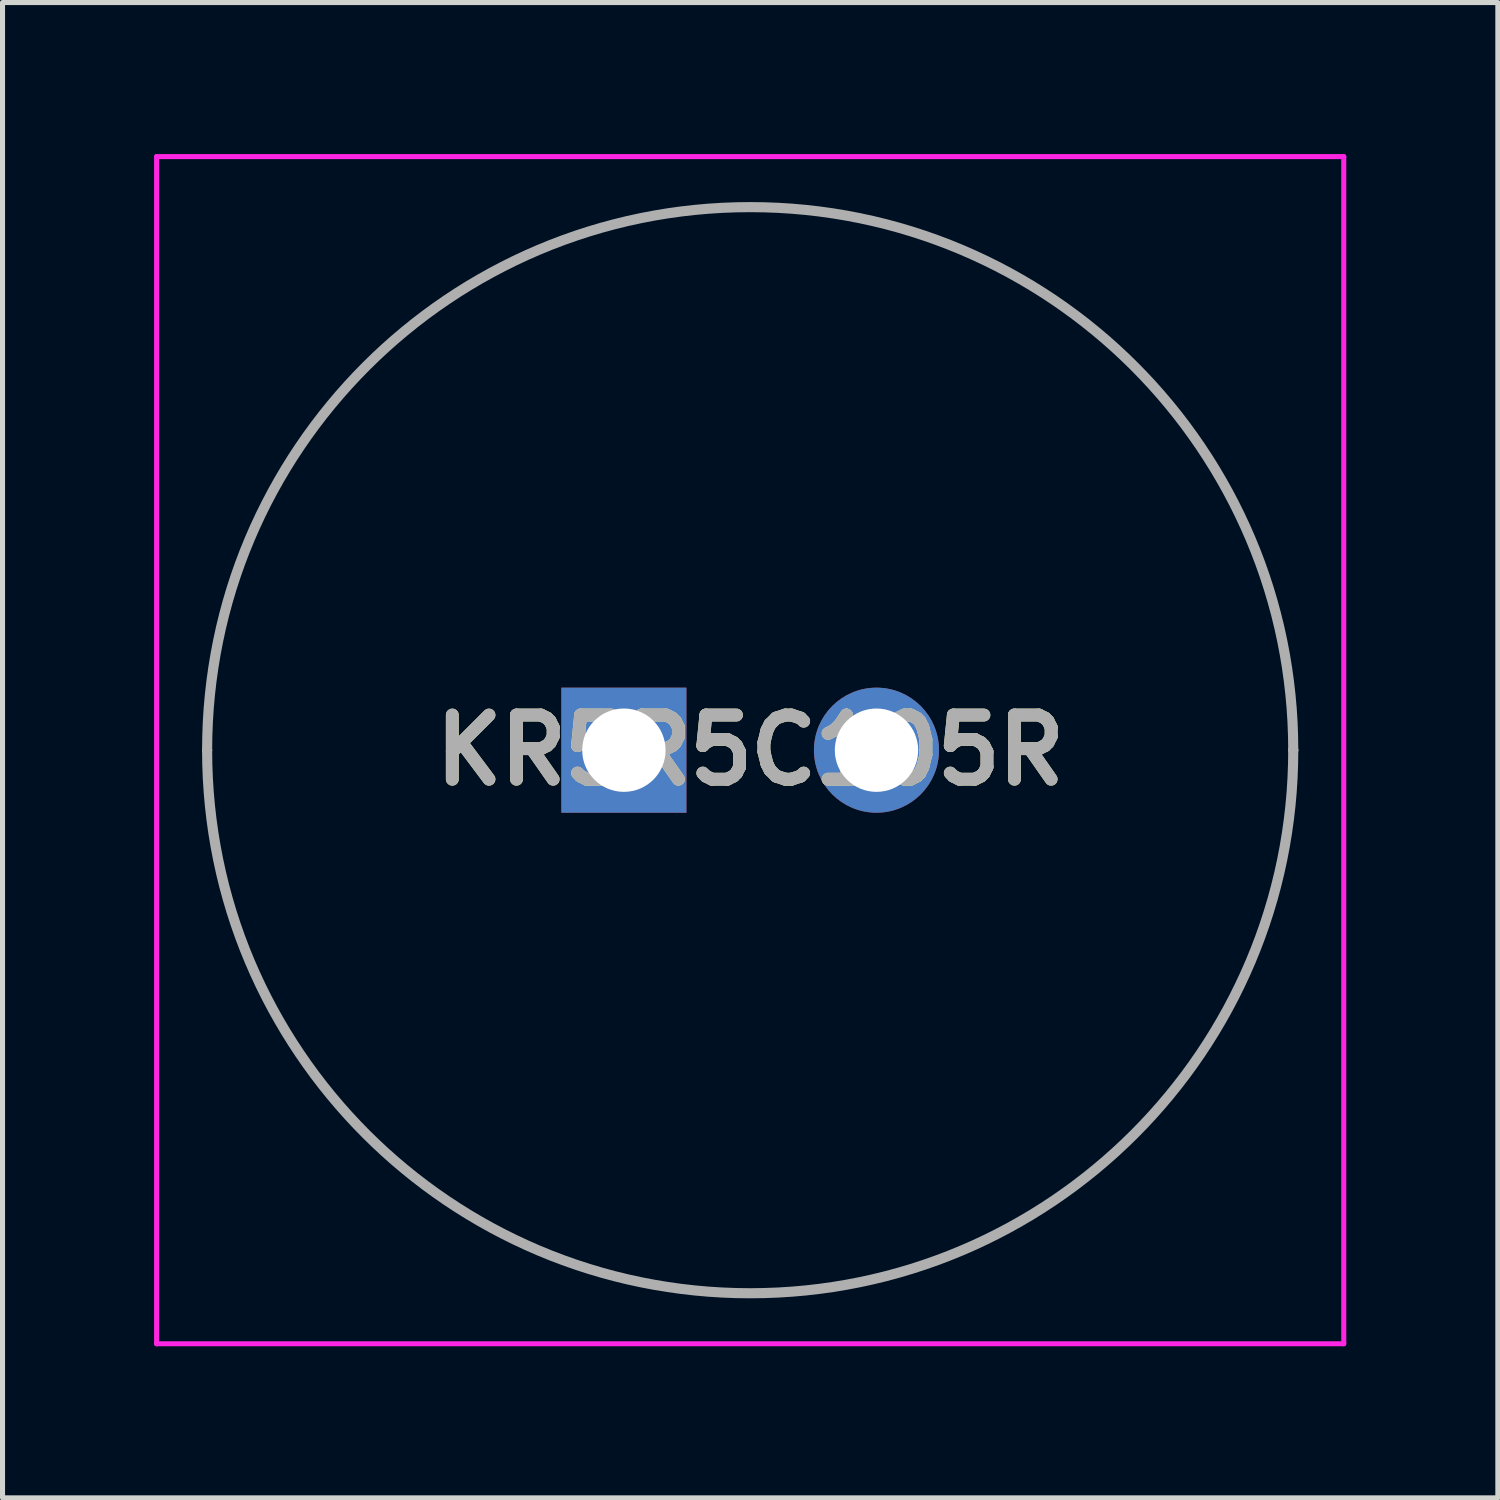
<source format=kicad_pcb>
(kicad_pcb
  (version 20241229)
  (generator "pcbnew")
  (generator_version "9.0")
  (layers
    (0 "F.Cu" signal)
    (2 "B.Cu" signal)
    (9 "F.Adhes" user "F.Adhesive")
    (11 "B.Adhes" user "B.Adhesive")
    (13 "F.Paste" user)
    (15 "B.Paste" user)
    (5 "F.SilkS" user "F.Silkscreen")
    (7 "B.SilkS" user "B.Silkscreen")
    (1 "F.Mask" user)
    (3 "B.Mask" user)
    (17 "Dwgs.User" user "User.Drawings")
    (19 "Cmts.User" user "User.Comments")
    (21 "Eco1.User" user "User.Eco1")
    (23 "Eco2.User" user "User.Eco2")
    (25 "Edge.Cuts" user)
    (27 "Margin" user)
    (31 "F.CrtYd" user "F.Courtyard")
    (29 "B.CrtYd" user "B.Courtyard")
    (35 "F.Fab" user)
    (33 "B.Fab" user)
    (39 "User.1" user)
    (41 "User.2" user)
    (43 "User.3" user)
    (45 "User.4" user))
  (footprint "KR5R5C105R"
    (layer "F.Cu")
    (at 9.3 11.8)
    (property "Reference" "KR5R5C105R" (at 2.5 0 0) (layer "F.SilkS") (effects (font (size 1.27 1.27) (thickness 0.254))))
    (attr through_hole)
    (fp_line (start -8.25 0) (end -8.25 0) (stroke (width 0.1) (type solid)) (layer "F.SilkS"))
    (fp_line (start 13.25 0) (end 13.25 0) (stroke (width 0.1) (type solid)) (layer "F.SilkS"))
    (fp_arc (start -8.25 0) (mid 2.5 -10.75) (end 13.25 0) (stroke (width 0.1) (type solid)) (layer "F.SilkS"))
    (fp_arc (start 13.25 0) (mid 2.5 10.75) (end -8.25 0) (stroke (width 0.1) (type solid)) (layer "F.SilkS"))
    (fp_line (start -9.25 -11.75) (end 14.25 -11.75) (stroke (width 0.1) (type solid)) (layer "F.CrtYd"))
    (fp_line (start -9.25 11.75) (end -9.25 -11.75) (stroke (width 0.1) (type solid)) (layer "F.CrtYd"))
    (fp_line (start 14.25 -11.75) (end 14.25 11.75) (stroke (width 0.1) (type solid)) (layer "F.CrtYd"))
    (fp_line (start 14.25 11.75) (end -9.25 11.75) (stroke (width 0.1) (type solid)) (layer "F.CrtYd"))
    (fp_line (start -8.25 0) (end -8.25 0) (stroke (width 0.2) (type solid)) (layer "F.Fab"))
    (fp_line (start 13.25 0) (end 13.25 0) (stroke (width 0.2) (type solid)) (layer "F.Fab"))
    (fp_arc (start -8.25 0) (mid 2.5 -10.75) (end 13.25 0) (stroke (width 0.2) (type solid)) (layer "F.Fab"))
    (fp_arc (start 13.25 0) (mid 2.5 10.75) (end -8.25 0) (stroke (width 0.2) (type solid)) (layer "F.Fab"))
    (fp_text user "${REFERENCE}" (at 2.5 0 0) (layer "F.Fab") (effects (font (size 1.27 1.27) (thickness 0.254))))
    (pad "1" thru_hole rect (at 0 0) (size 2.475 2.475) (drill 1.65) (layers "*.Cu" "*.Mask"))
    (pad "2" thru_hole circle (at 5 0) (size 2.475 2.475) (drill 1.65) (layers "*.Cu" "*.Mask")))
  (gr_rect
    (start -3 -3)
    (end 26.6 26.6)
    (stroke (width 0.1) (type default))
    (fill no)
    (layer "Edge.Cuts")))
</source>
